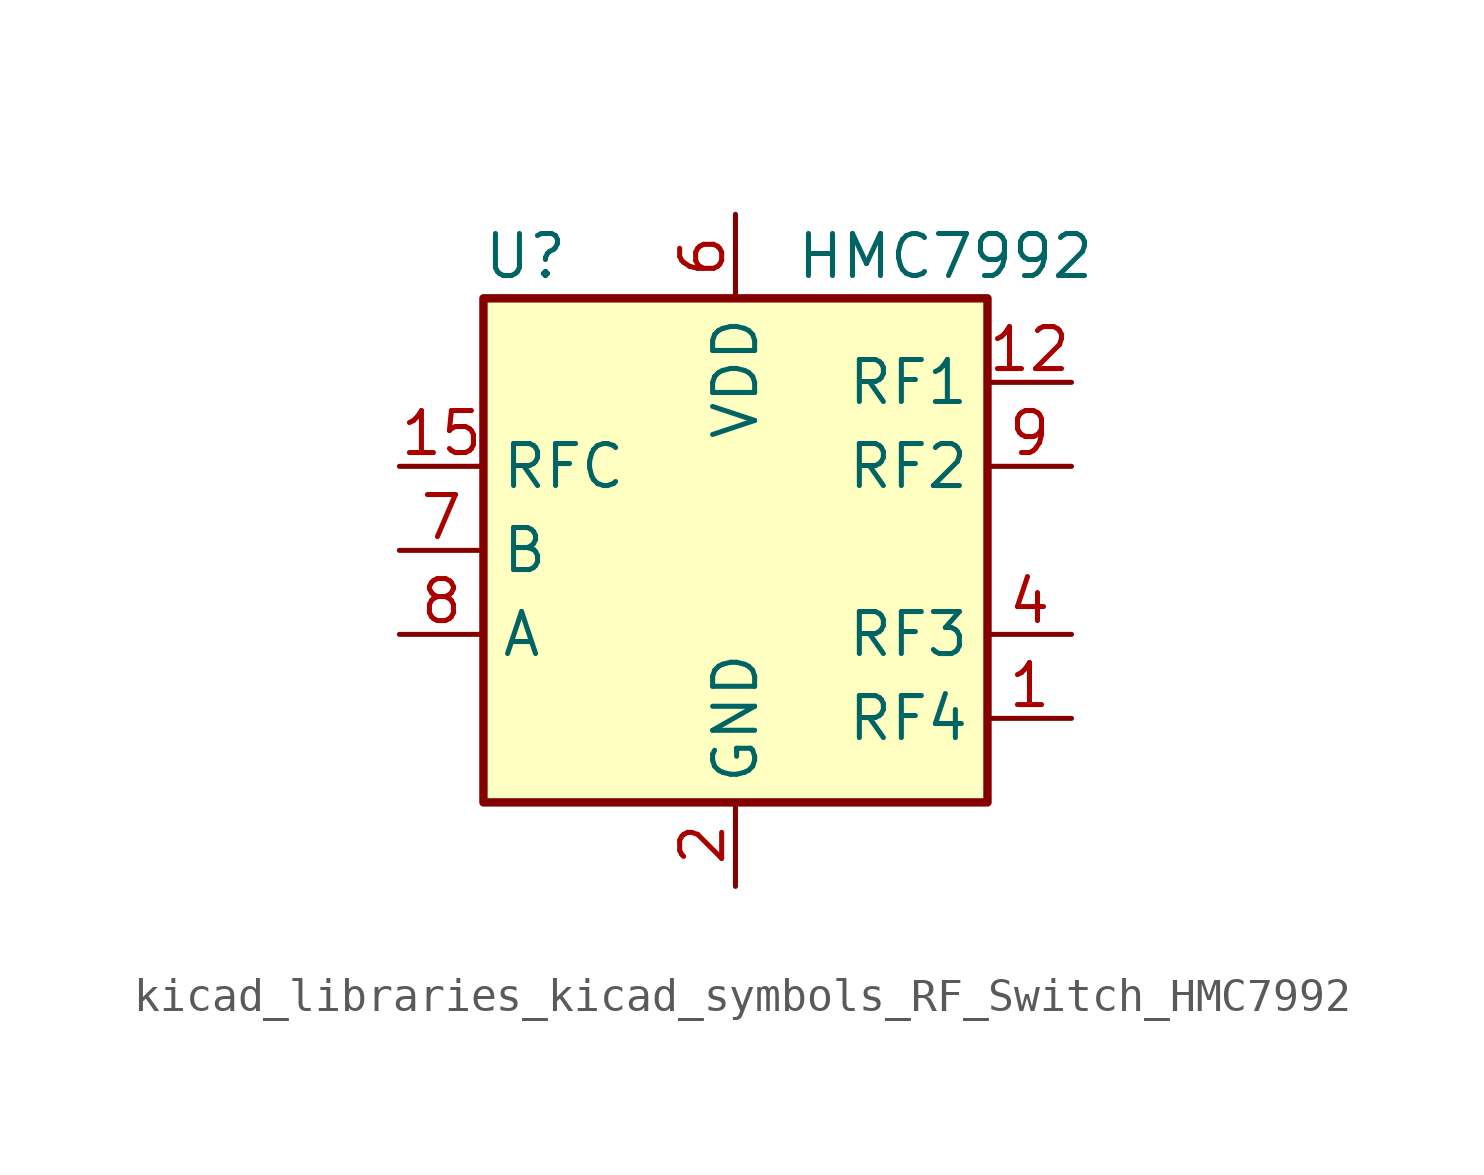
<source format=kicad_sym>
(kicad_symbol_lib
  (version 20220914)
  (generator kicad_symbol_editor)
  (symbol "kicad_libraries_kicad_symbols_RF_Switch_HMC7992"
    (property "Reference" "U"
      (at -6.35 8.89 0)
      (effects (font (size 1.27 1.27))))
    (property "Value" "HMC7992"
      (at 6.35 8.89 0)
      (effects (font (size 1.27 1.27))))
    (symbol "kicad_libraries_kicad_symbols_RF_Switch_HMC7992_0_1"
      (rectangle (start -7.62 7.62) (end 7.62 -7.62) (stroke (width 0.254) (type default)) (fill (type background))))
    (symbol "kicad_libraries_kicad_symbols_RF_Switch_HMC7992_1_1"
      (pin passive line (at 10.16 -5.08 180) (length 2.54) (name "RF4" (effects (font (size 1.27 1.27)))) (number "1" (effects (font (size 1.27 1.27)))))
      (pin passive line (at 0 -10.16 90) (length 2.54) hide (name "GND" (effects (font (size 1.27 1.27)))) (number "10" (effects (font (size 1.27 1.27)))))
      (pin passive line (at 0 -10.16 90) (length 2.54) hide (name "GND" (effects (font (size 1.27 1.27)))) (number "11" (effects (font (size 1.27 1.27)))))
      (pin passive line (at 10.16 5.08 180) (length 2.54) (name "RF1" (effects (font (size 1.27 1.27)))) (number "12" (effects (font (size 1.27 1.27)))))
      (pin passive line (at 0 -10.16 90) (length 2.54) hide (name "GND" (effects (font (size 1.27 1.27)))) (number "13" (effects (font (size 1.27 1.27)))))
      (pin passive line (at 0 -10.16 90) (length 2.54) hide (name "GND" (effects (font (size 1.27 1.27)))) (number "14" (effects (font (size 1.27 1.27)))))
      (pin passive line (at -10.16 2.54 0) (length 2.54) (name "RFC" (effects (font (size 1.27 1.27)))) (number "15" (effects (font (size 1.27 1.27)))))
      (pin passive line (at 0 -10.16 90) (length 2.54) hide (name "GND" (effects (font (size 1.27 1.27)))) (number "16" (effects (font (size 1.27 1.27)))))
      (pin passive line (at 0 -10.16 90) (length 2.54) hide (name "GND" (effects (font (size 1.27 1.27)))) (number "17" (effects (font (size 1.27 1.27)))))
      (pin power_in line (at 0 -10.16 90) (length 2.54) (name "GND" (effects (font (size 1.27 1.27)))) (number "2" (effects (font (size 1.27 1.27)))))
      (pin passive line (at 0 -10.16 90) (length 2.54) hide (name "GND" (effects (font (size 1.27 1.27)))) (number "3" (effects (font (size 1.27 1.27)))))
      (pin passive line (at 10.16 -2.54 180) (length 2.54) (name "RF3" (effects (font (size 1.27 1.27)))) (number "4" (effects (font (size 1.27 1.27)))))
      (pin passive line (at 0 -10.16 90) (length 2.54) hide (name "GND" (effects (font (size 1.27 1.27)))) (number "5" (effects (font (size 1.27 1.27)))))
      (pin power_in line (at 0 10.16 270) (length 2.54) (name "VDD" (effects (font (size 1.27 1.27)))) (number "6" (effects (font (size 1.27 1.27)))))
      (pin input line (at -10.16 0 0) (length 2.54) (name "B" (effects (font (size 1.27 1.27)))) (number "7" (effects (font (size 1.27 1.27)))))
      (pin input line (at -10.16 -2.54 0) (length 2.54) (name "A" (effects (font (size 1.27 1.27)))) (number "8" (effects (font (size 1.27 1.27)))))
      (pin passive line (at 10.16 2.54 180) (length 2.54) (name "RF2" (effects (font (size 1.27 1.27)))) (number "9" (effects (font (size 1.27 1.27))))))))
</source>
